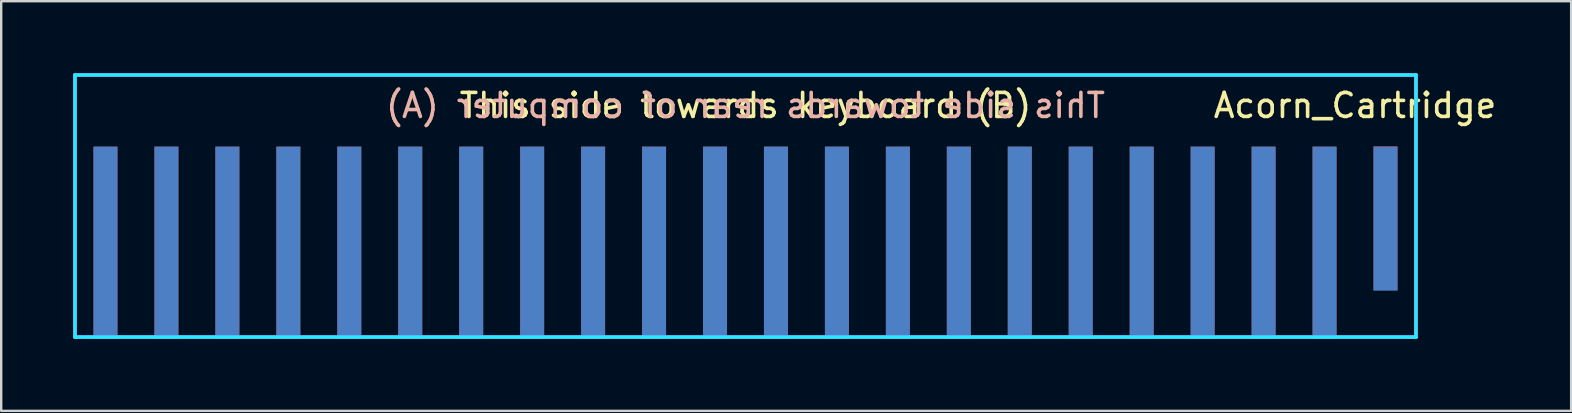
<source format=kicad_pcb>
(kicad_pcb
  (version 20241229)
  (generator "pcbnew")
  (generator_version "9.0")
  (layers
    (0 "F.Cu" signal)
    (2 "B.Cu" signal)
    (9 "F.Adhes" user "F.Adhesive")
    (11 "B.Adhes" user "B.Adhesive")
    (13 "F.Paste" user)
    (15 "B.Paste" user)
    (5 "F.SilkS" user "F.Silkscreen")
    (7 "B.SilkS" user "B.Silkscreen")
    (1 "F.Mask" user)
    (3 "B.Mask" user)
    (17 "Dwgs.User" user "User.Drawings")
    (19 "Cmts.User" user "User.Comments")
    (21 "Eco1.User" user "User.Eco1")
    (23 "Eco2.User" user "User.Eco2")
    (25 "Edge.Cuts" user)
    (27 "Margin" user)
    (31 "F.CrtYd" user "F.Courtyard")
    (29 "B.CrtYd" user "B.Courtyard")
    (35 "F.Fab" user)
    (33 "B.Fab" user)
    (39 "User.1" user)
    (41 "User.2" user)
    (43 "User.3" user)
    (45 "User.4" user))
  (footprint "Acorn_Cartridge"
    (layer "F.Cu")
    (at 28.015 7.06)
    (property "Reference" "Acorn_Cartridge" (at 25.4 -5.715 0) (layer "F.SilkS") (effects (font (size 1 1) (thickness 0.15))))
    (attr through_hole)
    (fp_line (start -27.94 -6.985) (end -27.94 3.937) (stroke (width 0.15) (type solid)) (layer "B.CrtYd"))
    (fp_line (start -27.94 -6.985) (end 27.94 -6.985) (stroke (width 0.15) (type solid)) (layer "B.CrtYd"))
    (fp_line (start -27.94 3.937) (end 27.94 3.937) (stroke (width 0.15) (type solid)) (layer "B.CrtYd"))
    (fp_line (start 27.94 3.937) (end 27.94 -6.985) (stroke (width 0.15) (type solid)) (layer "B.CrtYd"))
    (fp_line (start -27.94 -6.985) (end -27.94 3.937) (stroke (width 0.15) (type solid)) (layer "F.CrtYd"))
    (fp_line (start -27.94 -6.985) (end 27.94 -6.985) (stroke (width 0.15) (type solid)) (layer "F.CrtYd"))
    (fp_line (start -27.94 3.937) (end 27.94 3.937) (stroke (width 0.15) (type solid)) (layer "F.CrtYd"))
    (fp_line (start 27.94 3.937) (end 27.94 -6.985) (stroke (width 0.15) (type solid)) (layer "F.CrtYd"))
    (fp_text user "This side towards keyboard (B)" (at 0 -5.715 0) (layer "F.SilkS") (effects (font (size 1 1) (thickness 0.15))))
    (fp_text user "This side towards rear of computer (A)" (at 0 -5.715 0) (layer "B.SilkS") (effects (font (size 1 1) (thickness 0.15)) (justify mirror)))
    (pad "1A" connect rect (at 26.67 -1) (size 1 6) (layers "*.Mask" "B.Cu"))
    (pad "1B" connect rect (at 26.67 -1.016) (size 1 6) (layers "*.Mask" "F.Cu"))
    (pad "2A" connect rect (at 24.13 0) (size 1 8) (layers "*.Mask" "B.Cu"))
    (pad "2B" connect rect (at 24.13 0) (size 1 8) (layers "*.Mask" "F.Cu"))
    (pad "3A" connect rect (at 21.59 0) (size 1 8) (layers "*.Mask" "B.Cu"))
    (pad "3B" connect rect (at 21.59 0) (size 1 8) (layers "*.Mask" "F.Cu"))
    (pad "4A" connect rect (at 19.05 0) (size 1 8) (layers "*.Mask" "B.Cu"))
    (pad "4B" connect rect (at 19.05 0) (size 1 8) (layers "*.Mask" "F.Cu"))
    (pad "5A" connect rect (at 16.51 0) (size 1 8) (layers "*.Mask" "B.Cu"))
    (pad "5B" connect rect (at 16.51 0) (size 1 8) (layers "*.Mask" "F.Cu"))
    (pad "6A" connect rect (at 13.97 0) (size 1 8) (layers "*.Mask" "B.Cu"))
    (pad "6B" connect rect (at 13.97 0) (size 1 8) (layers "*.Mask" "F.Cu"))
    (pad "7A" connect rect (at 11.43 0) (size 1 8) (layers "*.Mask" "B.Cu"))
    (pad "7B" connect rect (at 11.43 0) (size 1 8) (layers "*.Mask" "F.Cu"))
    (pad "8A" connect rect (at 8.89 0) (size 1 8) (layers "*.Mask" "B.Cu"))
    (pad "8B" connect rect (at 8.89 0) (size 1 8) (layers "*.Mask" "F.Cu"))
    (pad "9A" connect rect (at 6.35 0) (size 1 8) (layers "*.Mask" "B.Cu"))
    (pad "9B" connect rect (at 6.35 0) (size 1 8) (layers "*.Mask" "F.Cu"))
    (pad "10A" connect rect (at 3.81 0) (size 1 8) (layers "*.Mask" "B.Cu"))
    (pad "10B" connect rect (at 3.81 0) (size 1 8) (layers "*.Mask" "F.Cu"))
    (pad "11A" connect rect (at 1.27 0) (size 1 8) (layers "*.Mask" "B.Cu"))
    (pad "11B" connect rect (at 1.27 0) (size 1 8) (layers "*.Mask" "F.Cu"))
    (pad "12A" connect rect (at -1.27 0) (size 1 8) (layers "*.Mask" "B.Cu"))
    (pad "12B" connect rect (at -1.27 0) (size 1 8) (layers "*.Mask" "F.Cu"))
    (pad "13A" connect rect (at -3.81 0) (size 1 8) (layers "*.Mask" "B.Cu"))
    (pad "13B" connect rect (at -3.81 0) (size 1 8) (layers "*.Mask" "F.Cu"))
    (pad "14A" connect rect (at -6.35 0) (size 1 8) (layers "*.Mask" "B.Cu"))
    (pad "14B" connect rect (at -6.35 0) (size 1 8) (layers "*.Mask" "F.Cu"))
    (pad "15A" connect rect (at -8.89 0) (size 1 8) (layers "*.Mask" "B.Cu"))
    (pad "15B" connect rect (at -8.89 0) (size 1 8) (layers "*.Mask" "F.Cu"))
    (pad "16A" connect rect (at -11.43 0) (size 1 8) (layers "*.Mask" "B.Cu"))
    (pad "16B" connect rect (at -11.43 0) (size 1 8) (layers "*.Mask" "F.Cu"))
    (pad "17A" connect rect (at -13.97 0) (size 1 8) (layers "*.Mask" "B.Cu"))
    (pad "17B" connect rect (at -13.97 0) (size 1 8) (layers "*.Mask" "F.Cu"))
    (pad "18A" connect rect (at -16.51 0) (size 1 8) (layers "*.Mask" "B.Cu"))
    (pad "18B" connect rect (at -16.51 0) (size 1 8) (layers "*.Mask" "F.Cu"))
    (pad "19A" connect rect (at -19.05 0) (size 1 8) (layers "*.Mask" "B.Cu"))
    (pad "19B" connect rect (at -19.05 0) (size 1 8) (layers "*.Mask" "F.Cu"))
    (pad "20A" connect rect (at -21.59 0) (size 1 8) (layers "*.Mask" "B.Cu"))
    (pad "20B" connect rect (at -21.59 0) (size 1 8) (layers "*.Mask" "F.Cu"))
    (pad "21A" connect rect (at -24.13 0) (size 1 8) (layers "*.Mask" "B.Cu"))
    (pad "21B" connect rect (at -24.13 0) (size 1 8) (layers "*.Mask" "F.Cu"))
    (pad "22A" connect rect (at -26.67 0) (size 1 8) (layers "*.Mask" "B.Cu"))
    (pad "22B" connect rect (at -26.67 0) (size 1 8) (layers "*.Mask" "F.Cu")))
  (gr_rect
    (start -3 -3)
    (end 62.421 14.072)
    (stroke (width 0.1) (type default))
    (fill no)
    (layer "Edge.Cuts")))
</source>
